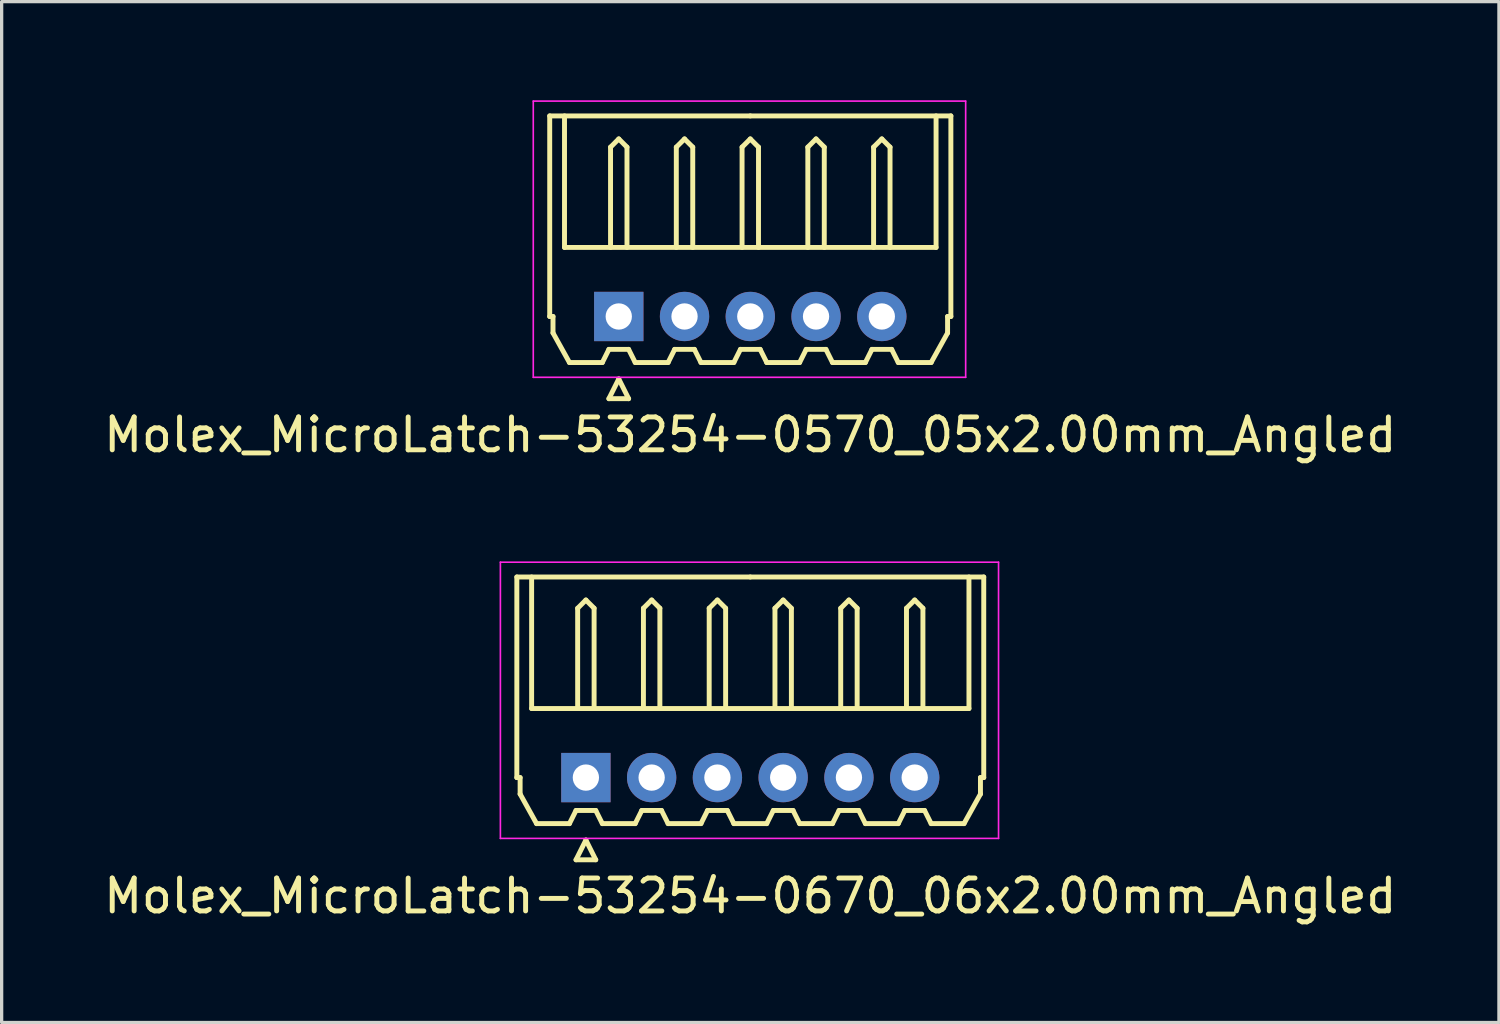
<source format=kicad_pcb>
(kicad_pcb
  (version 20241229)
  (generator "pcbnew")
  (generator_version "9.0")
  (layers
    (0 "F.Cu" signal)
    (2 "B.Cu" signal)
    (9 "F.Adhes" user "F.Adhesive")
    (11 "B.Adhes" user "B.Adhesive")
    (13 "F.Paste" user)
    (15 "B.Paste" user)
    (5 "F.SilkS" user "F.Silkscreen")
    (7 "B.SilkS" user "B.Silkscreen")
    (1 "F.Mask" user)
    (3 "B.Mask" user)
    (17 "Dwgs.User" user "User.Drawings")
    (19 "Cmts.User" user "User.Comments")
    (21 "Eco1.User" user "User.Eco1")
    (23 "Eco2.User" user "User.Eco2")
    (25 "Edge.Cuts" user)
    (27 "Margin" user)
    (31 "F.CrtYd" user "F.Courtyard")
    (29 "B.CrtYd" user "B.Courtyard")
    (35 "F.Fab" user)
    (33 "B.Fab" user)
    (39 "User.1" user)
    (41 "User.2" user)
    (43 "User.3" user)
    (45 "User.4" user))
  (footprint "Molex_MicroLatch-53254-0670_06x2.00mm_Angled"
    (layer "F.Cu")
    (at 14.768 20.598)
    (property "Reference" "Molex_MicroLatch-53254-0670_06x2.00mm_Angled" (at 5 3.6 0) (layer "F.SilkS") (effects (font (size 1 1) (thickness 0.15))))
    (attr through_hole)
    (fp_line (start -2.1 -6.1) (end 5 -6.1) (stroke (width 0.15) (type solid)) (layer "F.SilkS"))
    (fp_line (start -2.1 0) (end -2.1 -6.1) (stroke (width 0.15) (type solid)) (layer "F.SilkS"))
    (fp_line (start -2 0) (end -2.1 0) (stroke (width 0.15) (type solid)) (layer "F.SilkS"))
    (fp_line (start -2 0.5) (end -2 0) (stroke (width 0.15) (type solid)) (layer "F.SilkS"))
    (fp_line (start -1.65 -6.1) (end -1.65 -2.1) (stroke (width 0.15) (type solid)) (layer "F.SilkS"))
    (fp_line (start -1.65 -2.1) (end 11.65 -2.1) (stroke (width 0.15) (type solid)) (layer "F.SilkS"))
    (fp_line (start -1.5 1.4) (end -2 0.5) (stroke (width 0.15) (type solid)) (layer "F.SilkS"))
    (fp_line (start -0.5 1.4) (end -1.5 1.4) (stroke (width 0.15) (type solid)) (layer "F.SilkS"))
    (fp_line (start -0.3 1) (end -0.5 1.4) (stroke (width 0.15) (type solid)) (layer "F.SilkS"))
    (fp_line (start -0.3 1) (end 0.3 1) (stroke (width 0.15) (type solid)) (layer "F.SilkS"))
    (fp_line (start -0.3 2.5) (end 0.3 2.5) (stroke (width 0.15) (type solid)) (layer "F.SilkS"))
    (fp_line (start -0.25 -5.15) (end 0 -5.4) (stroke (width 0.15) (type solid)) (layer "F.SilkS"))
    (fp_line (start -0.25 -2.1) (end -0.25 -5.15) (stroke (width 0.15) (type solid)) (layer "F.SilkS"))
    (fp_line (start 0 -5.4) (end 0.25 -5.15) (stroke (width 0.15) (type solid)) (layer "F.SilkS"))
    (fp_line (start 0 1.9) (end -0.3 2.5) (stroke (width 0.15) (type solid)) (layer "F.SilkS"))
    (fp_line (start 0.25 -5.15) (end 0.25 -2.1) (stroke (width 0.15) (type solid)) (layer "F.SilkS"))
    (fp_line (start 0.3 1) (end 0.5 1.4) (stroke (width 0.15) (type solid)) (layer "F.SilkS"))
    (fp_line (start 0.3 2.5) (end 0 1.9) (stroke (width 0.15) (type solid)) (layer "F.SilkS"))
    (fp_line (start 0.5 1.4) (end 1.5 1.4) (stroke (width 0.15) (type solid)) (layer "F.SilkS"))
    (fp_line (start 1.5 1.4) (end 1.7 1) (stroke (width 0.15) (type solid)) (layer "F.SilkS"))
    (fp_line (start 1.7 1) (end 2.3 1) (stroke (width 0.15) (type solid)) (layer "F.SilkS"))
    (fp_line (start 1.75 -5.15) (end 2 -5.4) (stroke (width 0.15) (type solid)) (layer "F.SilkS"))
    (fp_line (start 1.75 -2.1) (end 1.75 -5.15) (stroke (width 0.15) (type solid)) (layer "F.SilkS"))
    (fp_line (start 2 -5.4) (end 2.25 -5.15) (stroke (width 0.15) (type solid)) (layer "F.SilkS"))
    (fp_line (start 2.25 -5.15) (end 2.25 -2.1) (stroke (width 0.15) (type solid)) (layer "F.SilkS"))
    (fp_line (start 2.3 1) (end 2.5 1.4) (stroke (width 0.15) (type solid)) (layer "F.SilkS"))
    (fp_line (start 2.5 1.4) (end 3.5 1.4) (stroke (width 0.15) (type solid)) (layer "F.SilkS"))
    (fp_line (start 3.5 1.4) (end 3.7 1) (stroke (width 0.15) (type solid)) (layer "F.SilkS"))
    (fp_line (start 3.7 1) (end 4.3 1) (stroke (width 0.15) (type solid)) (layer "F.SilkS"))
    (fp_line (start 3.75 -5.15) (end 4 -5.4) (stroke (width 0.15) (type solid)) (layer "F.SilkS"))
    (fp_line (start 3.75 -2.1) (end 3.75 -5.15) (stroke (width 0.15) (type solid)) (layer "F.SilkS"))
    (fp_line (start 4 -5.4) (end 4.25 -5.15) (stroke (width 0.15) (type solid)) (layer "F.SilkS"))
    (fp_line (start 4.25 -5.15) (end 4.25 -2.1) (stroke (width 0.15) (type solid)) (layer "F.SilkS"))
    (fp_line (start 4.3 1) (end 4.5 1.4) (stroke (width 0.15) (type solid)) (layer "F.SilkS"))
    (fp_line (start 4.5 1.4) (end 5.5 1.4) (stroke (width 0.15) (type solid)) (layer "F.SilkS"))
    (fp_line (start 5.5 1.4) (end 5.7 1) (stroke (width 0.15) (type solid)) (layer "F.SilkS"))
    (fp_line (start 5.7 1) (end 6.3 1) (stroke (width 0.15) (type solid)) (layer "F.SilkS"))
    (fp_line (start 5.75 -5.15) (end 6 -5.4) (stroke (width 0.15) (type solid)) (layer "F.SilkS"))
    (fp_line (start 5.75 -2.1) (end 5.75 -5.15) (stroke (width 0.15) (type solid)) (layer "F.SilkS"))
    (fp_line (start 6 -5.4) (end 6.25 -5.15) (stroke (width 0.15) (type solid)) (layer "F.SilkS"))
    (fp_line (start 6.25 -5.15) (end 6.25 -2.1) (stroke (width 0.15) (type solid)) (layer "F.SilkS"))
    (fp_line (start 6.3 1) (end 6.5 1.4) (stroke (width 0.15) (type solid)) (layer "F.SilkS"))
    (fp_line (start 6.5 1.4) (end 7.5 1.4) (stroke (width 0.15) (type solid)) (layer "F.SilkS"))
    (fp_line (start 7.5 1.4) (end 7.7 1) (stroke (width 0.15) (type solid)) (layer "F.SilkS"))
    (fp_line (start 7.7 1) (end 8.3 1) (stroke (width 0.15) (type solid)) (layer "F.SilkS"))
    (fp_line (start 7.75 -5.15) (end 8 -5.4) (stroke (width 0.15) (type solid)) (layer "F.SilkS"))
    (fp_line (start 7.75 -2.1) (end 7.75 -5.15) (stroke (width 0.15) (type solid)) (layer "F.SilkS"))
    (fp_line (start 8 -5.4) (end 8.25 -5.15) (stroke (width 0.15) (type solid)) (layer "F.SilkS"))
    (fp_line (start 8.25 -5.15) (end 8.25 -2.1) (stroke (width 0.15) (type solid)) (layer "F.SilkS"))
    (fp_line (start 8.3 1) (end 8.5 1.4) (stroke (width 0.15) (type solid)) (layer "F.SilkS"))
    (fp_line (start 8.5 1.4) (end 9.5 1.4) (stroke (width 0.15) (type solid)) (layer "F.SilkS"))
    (fp_line (start 9.5 1.4) (end 9.7 1) (stroke (width 0.15) (type solid)) (layer "F.SilkS"))
    (fp_line (start 9.7 1) (end 10.3 1) (stroke (width 0.15) (type solid)) (layer "F.SilkS"))
    (fp_line (start 9.75 -5.15) (end 10 -5.4) (stroke (width 0.15) (type solid)) (layer "F.SilkS"))
    (fp_line (start 9.75 -2.1) (end 9.75 -5.15) (stroke (width 0.15) (type solid)) (layer "F.SilkS"))
    (fp_line (start 10 -5.4) (end 10.25 -5.15) (stroke (width 0.15) (type solid)) (layer "F.SilkS"))
    (fp_line (start 10.25 -5.15) (end 10.25 -2.1) (stroke (width 0.15) (type solid)) (layer "F.SilkS"))
    (fp_line (start 10.3 1) (end 10.5 1.4) (stroke (width 0.15) (type solid)) (layer "F.SilkS"))
    (fp_line (start 10.5 1.4) (end 11.5 1.4) (stroke (width 0.15) (type solid)) (layer "F.SilkS"))
    (fp_line (start 11.5 1.4) (end 12 0.5) (stroke (width 0.15) (type solid)) (layer "F.SilkS"))
    (fp_line (start 11.65 -2.1) (end 11.65 -6.1) (stroke (width 0.15) (type solid)) (layer "F.SilkS"))
    (fp_line (start 12 0) (end 12.1 0) (stroke (width 0.15) (type solid)) (layer "F.SilkS"))
    (fp_line (start 12 0.5) (end 12 0) (stroke (width 0.15) (type solid)) (layer "F.SilkS"))
    (fp_line (start 12.1 -6.1) (end 5 -6.1) (stroke (width 0.15) (type solid)) (layer "F.SilkS"))
    (fp_line (start 12.1 0) (end 12.1 -6.1) (stroke (width 0.15) (type solid)) (layer "F.SilkS"))
    (fp_line (start -2.6 -6.55) (end -2.6 1.85) (stroke (width 0.05) (type solid)) (layer "F.CrtYd"))
    (fp_line (start -2.6 1.85) (end 12.55 1.85) (stroke (width 0.05) (type solid)) (layer "F.CrtYd"))
    (fp_line (start 12.55 -6.55) (end -2.6 -6.55) (stroke (width 0.05) (type solid)) (layer "F.CrtYd"))
    (fp_line (start 12.55 1.85) (end 12.55 -6.55) (stroke (width 0.05) (type solid)) (layer "F.CrtYd"))
    (pad "1" thru_hole rect (at 0 0) (size 1.5 1.5) (drill 0.8) (layers "*.Cu" "*.Mask"))
    (pad "2" thru_hole circle (at 2 0) (size 1.5 1.5) (drill 0.8) (layers "*.Cu" "*.Mask"))
    (pad "3" thru_hole circle (at 4 0) (size 1.5 1.5) (drill 0.8) (layers "*.Cu" "*.Mask"))
    (pad "4" thru_hole circle (at 6 0) (size 1.5 1.5) (drill 0.8) (layers "*.Cu" "*.Mask"))
    (pad "5" thru_hole circle (at 8 0) (size 1.5 1.5) (drill 0.8) (layers "*.Cu" "*.Mask"))
    (pad "6" thru_hole circle (at 10 0) (size 1.5 1.5) (drill 0.8) (layers "*.Cu" "*.Mask")))
  (footprint "Molex_MicroLatch-53254-0570_05x2.00mm_Angled"
    (layer "F.Cu")
    (at 15.768 6.575)
    (property "Reference" "Molex_MicroLatch-53254-0570_05x2.00mm_Angled" (at 4 3.6 0) (layer "F.SilkS") (effects (font (size 1 1) (thickness 0.15))))
    (attr through_hole)
    (fp_line (start -2.1 -6.1) (end 4 -6.1) (stroke (width 0.15) (type solid)) (layer "F.SilkS"))
    (fp_line (start -2.1 0) (end -2.1 -6.1) (stroke (width 0.15) (type solid)) (layer "F.SilkS"))
    (fp_line (start -2 0) (end -2.1 0) (stroke (width 0.15) (type solid)) (layer "F.SilkS"))
    (fp_line (start -2 0.5) (end -2 0) (stroke (width 0.15) (type solid)) (layer "F.SilkS"))
    (fp_line (start -1.65 -6.1) (end -1.65 -2.1) (stroke (width 0.15) (type solid)) (layer "F.SilkS"))
    (fp_line (start -1.65 -2.1) (end 9.65 -2.1) (stroke (width 0.15) (type solid)) (layer "F.SilkS"))
    (fp_line (start -1.5 1.4) (end -2 0.5) (stroke (width 0.15) (type solid)) (layer "F.SilkS"))
    (fp_line (start -0.5 1.4) (end -1.5 1.4) (stroke (width 0.15) (type solid)) (layer "F.SilkS"))
    (fp_line (start -0.3 1) (end -0.5 1.4) (stroke (width 0.15) (type solid)) (layer "F.SilkS"))
    (fp_line (start -0.3 1) (end 0.3 1) (stroke (width 0.15) (type solid)) (layer "F.SilkS"))
    (fp_line (start -0.3 2.5) (end 0.3 2.5) (stroke (width 0.15) (type solid)) (layer "F.SilkS"))
    (fp_line (start -0.25 -5.15) (end 0 -5.4) (stroke (width 0.15) (type solid)) (layer "F.SilkS"))
    (fp_line (start -0.25 -2.1) (end -0.25 -5.15) (stroke (width 0.15) (type solid)) (layer "F.SilkS"))
    (fp_line (start 0 -5.4) (end 0.25 -5.15) (stroke (width 0.15) (type solid)) (layer "F.SilkS"))
    (fp_line (start 0 1.9) (end -0.3 2.5) (stroke (width 0.15) (type solid)) (layer "F.SilkS"))
    (fp_line (start 0.25 -5.15) (end 0.25 -2.1) (stroke (width 0.15) (type solid)) (layer "F.SilkS"))
    (fp_line (start 0.3 1) (end 0.5 1.4) (stroke (width 0.15) (type solid)) (layer "F.SilkS"))
    (fp_line (start 0.3 2.5) (end 0 1.9) (stroke (width 0.15) (type solid)) (layer "F.SilkS"))
    (fp_line (start 0.5 1.4) (end 1.5 1.4) (stroke (width 0.15) (type solid)) (layer "F.SilkS"))
    (fp_line (start 1.5 1.4) (end 1.7 1) (stroke (width 0.15) (type solid)) (layer "F.SilkS"))
    (fp_line (start 1.7 1) (end 2.3 1) (stroke (width 0.15) (type solid)) (layer "F.SilkS"))
    (fp_line (start 1.75 -5.15) (end 2 -5.4) (stroke (width 0.15) (type solid)) (layer "F.SilkS"))
    (fp_line (start 1.75 -2.1) (end 1.75 -5.15) (stroke (width 0.15) (type solid)) (layer "F.SilkS"))
    (fp_line (start 2 -5.4) (end 2.25 -5.15) (stroke (width 0.15) (type solid)) (layer "F.SilkS"))
    (fp_line (start 2.25 -5.15) (end 2.25 -2.1) (stroke (width 0.15) (type solid)) (layer "F.SilkS"))
    (fp_line (start 2.3 1) (end 2.5 1.4) (stroke (width 0.15) (type solid)) (layer "F.SilkS"))
    (fp_line (start 2.5 1.4) (end 3.5 1.4) (stroke (width 0.15) (type solid)) (layer "F.SilkS"))
    (fp_line (start 3.5 1.4) (end 3.7 1) (stroke (width 0.15) (type solid)) (layer "F.SilkS"))
    (fp_line (start 3.7 1) (end 4.3 1) (stroke (width 0.15) (type solid)) (layer "F.SilkS"))
    (fp_line (start 3.75 -5.15) (end 4 -5.4) (stroke (width 0.15) (type solid)) (layer "F.SilkS"))
    (fp_line (start 3.75 -2.1) (end 3.75 -5.15) (stroke (width 0.15) (type solid)) (layer "F.SilkS"))
    (fp_line (start 4 -5.4) (end 4.25 -5.15) (stroke (width 0.15) (type solid)) (layer "F.SilkS"))
    (fp_line (start 4.25 -5.15) (end 4.25 -2.1) (stroke (width 0.15) (type solid)) (layer "F.SilkS"))
    (fp_line (start 4.3 1) (end 4.5 1.4) (stroke (width 0.15) (type solid)) (layer "F.SilkS"))
    (fp_line (start 4.5 1.4) (end 5.5 1.4) (stroke (width 0.15) (type solid)) (layer "F.SilkS"))
    (fp_line (start 5.5 1.4) (end 5.7 1) (stroke (width 0.15) (type solid)) (layer "F.SilkS"))
    (fp_line (start 5.7 1) (end 6.3 1) (stroke (width 0.15) (type solid)) (layer "F.SilkS"))
    (fp_line (start 5.75 -5.15) (end 6 -5.4) (stroke (width 0.15) (type solid)) (layer "F.SilkS"))
    (fp_line (start 5.75 -2.1) (end 5.75 -5.15) (stroke (width 0.15) (type solid)) (layer "F.SilkS"))
    (fp_line (start 6 -5.4) (end 6.25 -5.15) (stroke (width 0.15) (type solid)) (layer "F.SilkS"))
    (fp_line (start 6.25 -5.15) (end 6.25 -2.1) (stroke (width 0.15) (type solid)) (layer "F.SilkS"))
    (fp_line (start 6.3 1) (end 6.5 1.4) (stroke (width 0.15) (type solid)) (layer "F.SilkS"))
    (fp_line (start 6.5 1.4) (end 7.5 1.4) (stroke (width 0.15) (type solid)) (layer "F.SilkS"))
    (fp_line (start 7.5 1.4) (end 7.7 1) (stroke (width 0.15) (type solid)) (layer "F.SilkS"))
    (fp_line (start 7.7 1) (end 8.3 1) (stroke (width 0.15) (type solid)) (layer "F.SilkS"))
    (fp_line (start 7.75 -5.15) (end 8 -5.4) (stroke (width 0.15) (type solid)) (layer "F.SilkS"))
    (fp_line (start 7.75 -2.1) (end 7.75 -5.15) (stroke (width 0.15) (type solid)) (layer "F.SilkS"))
    (fp_line (start 8 -5.4) (end 8.25 -5.15) (stroke (width 0.15) (type solid)) (layer "F.SilkS"))
    (fp_line (start 8.25 -5.15) (end 8.25 -2.1) (stroke (width 0.15) (type solid)) (layer "F.SilkS"))
    (fp_line (start 8.3 1) (end 8.5 1.4) (stroke (width 0.15) (type solid)) (layer "F.SilkS"))
    (fp_line (start 8.5 1.4) (end 9.5 1.4) (stroke (width 0.15) (type solid)) (layer "F.SilkS"))
    (fp_line (start 9.5 1.4) (end 10 0.5) (stroke (width 0.15) (type solid)) (layer "F.SilkS"))
    (fp_line (start 9.65 -2.1) (end 9.65 -6.1) (stroke (width 0.15) (type solid)) (layer "F.SilkS"))
    (fp_line (start 10 0) (end 10.1 0) (stroke (width 0.15) (type solid)) (layer "F.SilkS"))
    (fp_line (start 10 0.5) (end 10 0) (stroke (width 0.15) (type solid)) (layer "F.SilkS"))
    (fp_line (start 10.1 -6.1) (end 4 -6.1) (stroke (width 0.15) (type solid)) (layer "F.SilkS"))
    (fp_line (start 10.1 0) (end 10.1 -6.1) (stroke (width 0.15) (type solid)) (layer "F.SilkS"))
    (fp_line (start -2.6 -6.55) (end -2.6 1.85) (stroke (width 0.05) (type solid)) (layer "F.CrtYd"))
    (fp_line (start -2.6 1.85) (end 10.55 1.85) (stroke (width 0.05) (type solid)) (layer "F.CrtYd"))
    (fp_line (start 10.55 -6.55) (end -2.6 -6.55) (stroke (width 0.05) (type solid)) (layer "F.CrtYd"))
    (fp_line (start 10.55 1.85) (end 10.55 -6.55) (stroke (width 0.05) (type solid)) (layer "F.CrtYd"))
    (pad "1" thru_hole rect (at 0 0) (size 1.5 1.5) (drill 0.8) (layers "*.Cu" "*.Mask"))
    (pad "2" thru_hole circle (at 2 0) (size 1.5 1.5) (drill 0.8) (layers "*.Cu" "*.Mask"))
    (pad "3" thru_hole circle (at 4 0) (size 1.5 1.5) (drill 0.8) (layers "*.Cu" "*.Mask"))
    (pad "4" thru_hole circle (at 6 0) (size 1.5 1.5) (drill 0.8) (layers "*.Cu" "*.Mask"))
    (pad "5" thru_hole circle (at 8 0) (size 1.5 1.5) (drill 0.8) (layers "*.Cu" "*.Mask")))
  (gr_rect
    (start -3 -3)
    (end 42.536 28.047)
    (stroke (width 0.1) (type default))
    (fill no)
    (layer "Edge.Cuts")))
</source>
